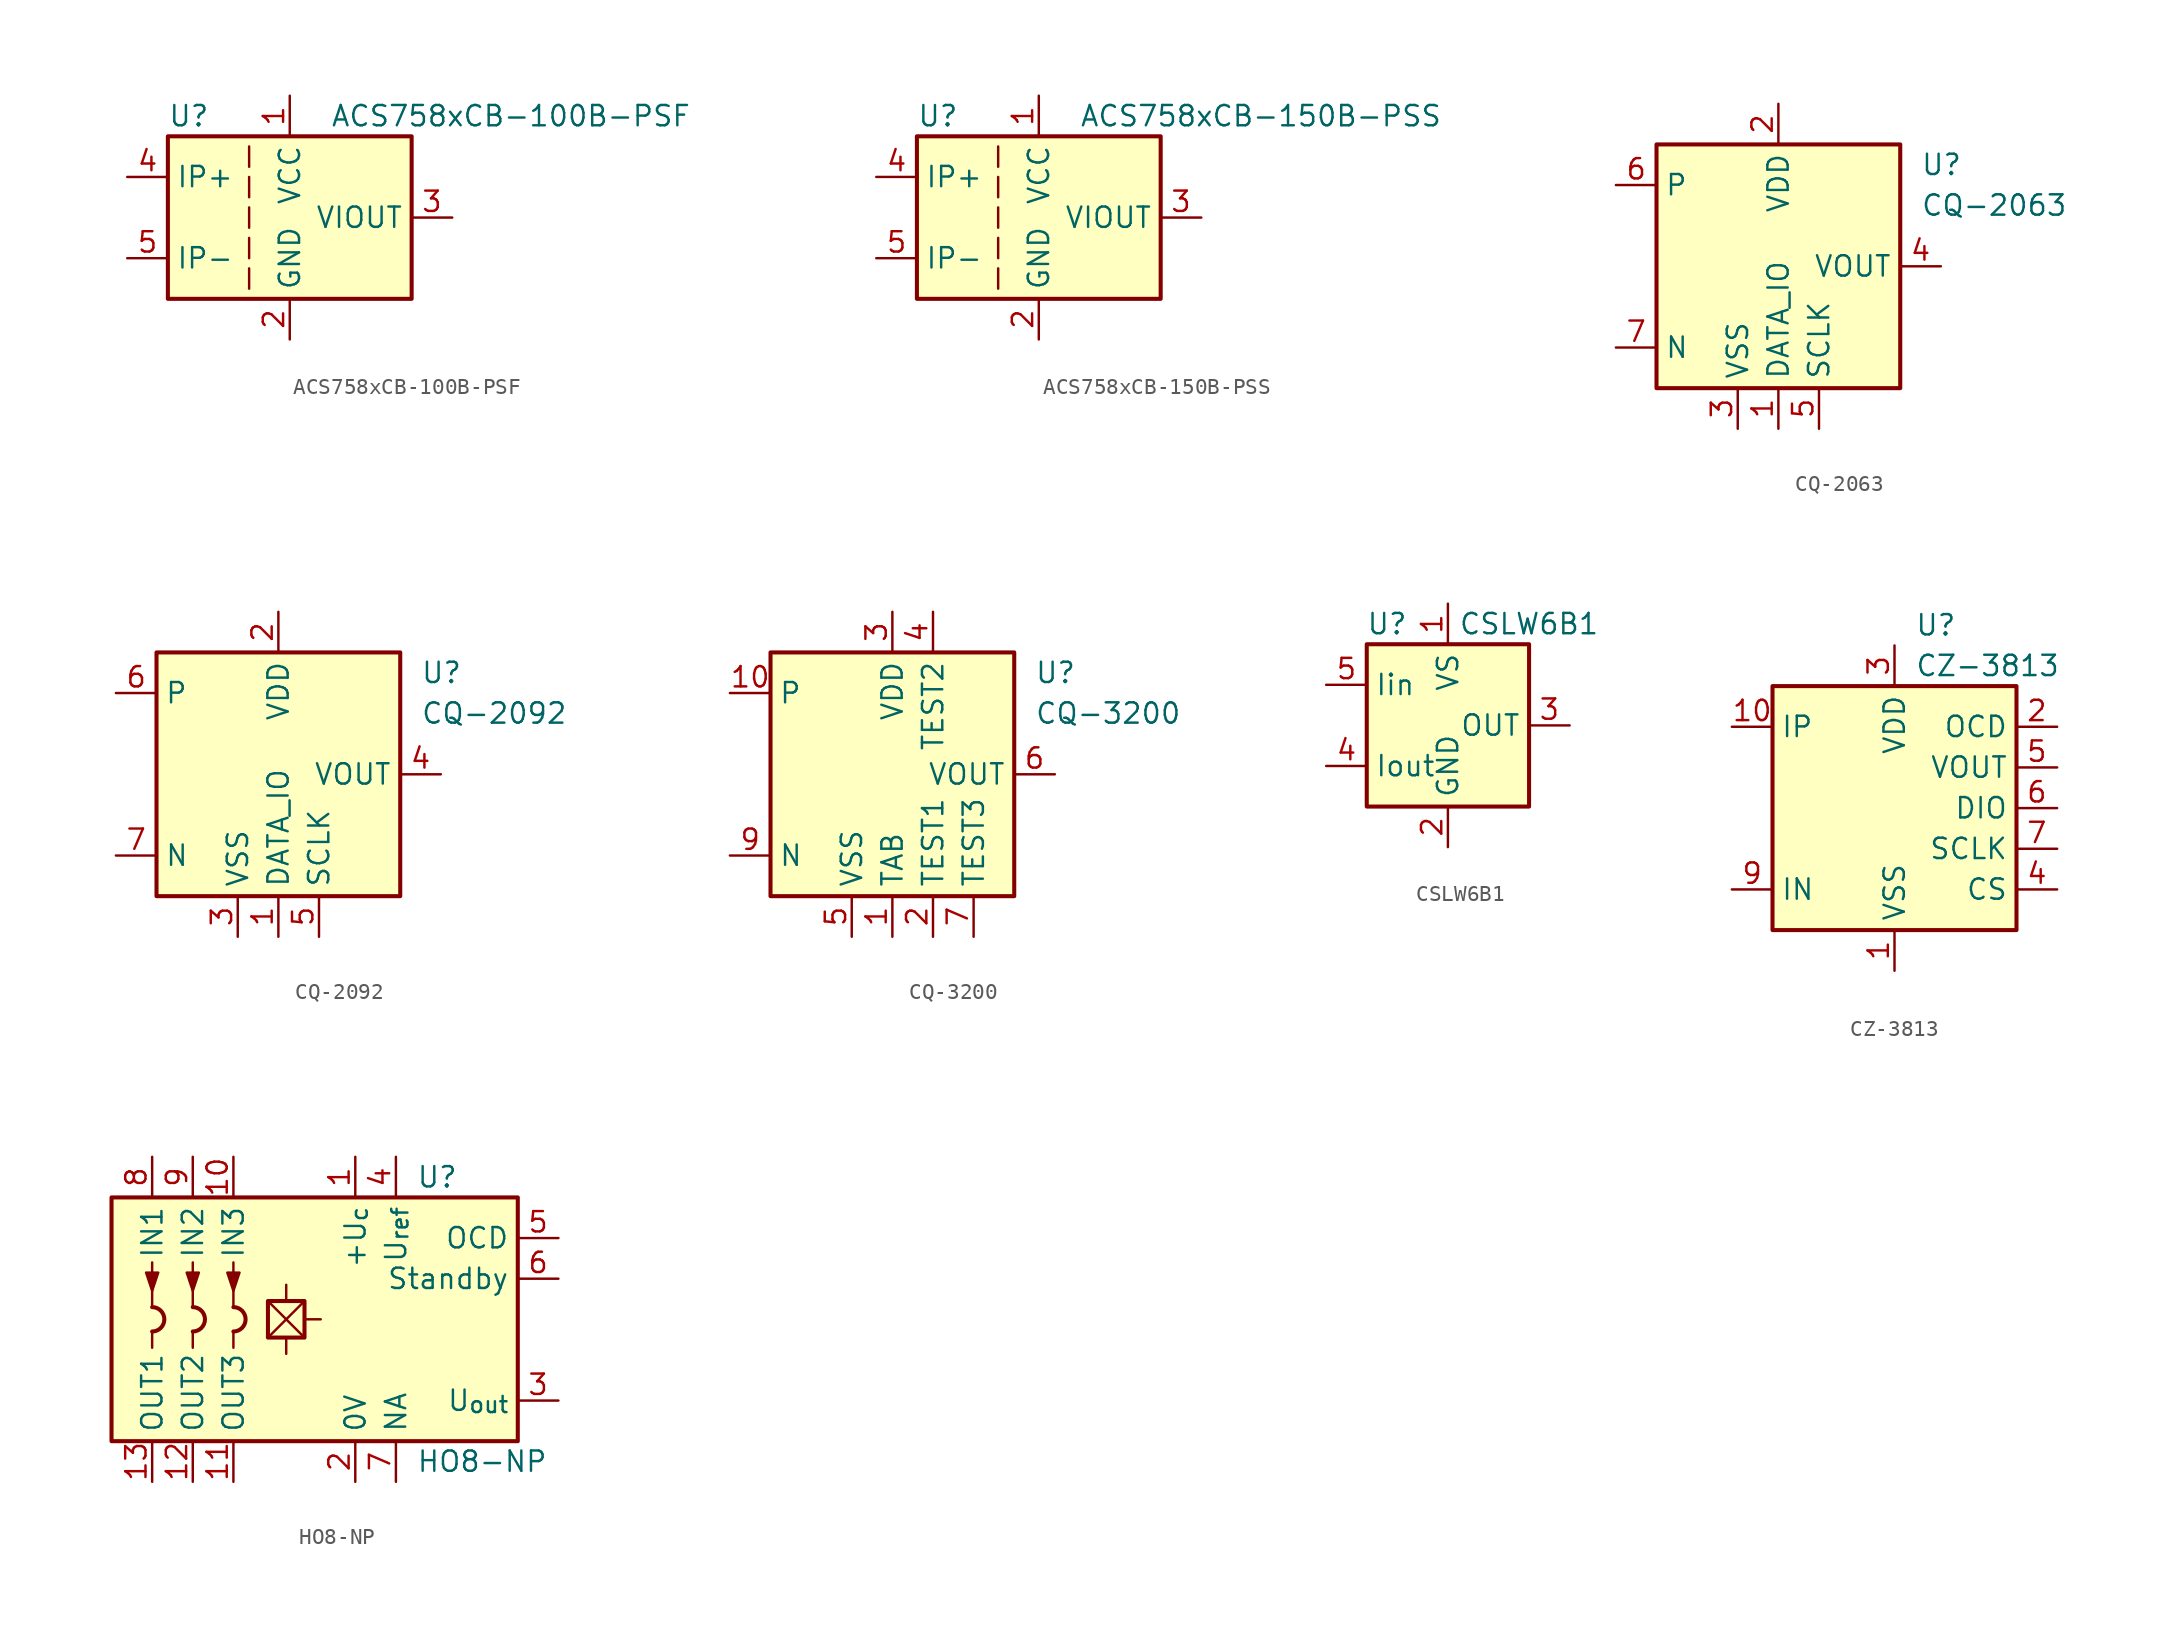
<source format=kicad_sym>
(kicad_symbol_lib
  (version 20241209)
  (generator "kicad_symbol_editor")
  (generator_version "9.0")
  (symbol "ACS758xCB-100B-PSF"
    (property "Reference" "U"
      (at -7.62 6.35 0)
      (effects (font (size 1.27 1.27)) (justify left)))
    (property "Value" "ACS758xCB-100B-PSF"
      (at 2.54 6.35 0)
      (effects (font (size 1.27 1.27)) (justify left)))
    (symbol "ACS758xCB-100B-PSF_0_1"
      (rectangle (start -7.62 5.08) (end 7.62 -5.08) (stroke (width 0.254) (type default)) (fill (type background)))
      (polyline (pts (xy -2.54 3.175) (xy -2.54 4.445)) (stroke (width 0) (type default)) (fill (type none)))
      (polyline (pts (xy -2.54 1.27) (xy -2.54 2.54)) (stroke (width 0) (type default)) (fill (type none)))
      (polyline (pts (xy -2.54 0.635) (xy -2.54 -0.635)) (stroke (width 0) (type default)) (fill (type none)))
      (polyline (pts (xy -2.54 -1.27) (xy -2.54 -2.54)) (stroke (width 0) (type default)) (fill (type none)))
      (polyline (pts (xy -2.54 -3.175) (xy -2.54 -4.445)) (stroke (width 0) (type default)) (fill (type none))))
    (symbol "ACS758xCB-100B-PSF_1_1"
      (pin passive line (at -10.16 2.54 0) (length 2.54) (name "IP+" (effects (font (size 1.27 1.27)))) (number "4" (effects (font (size 1.27 1.27)))))
      (pin passive line (at -10.16 -2.54 0) (length 2.54) (name "IP-" (effects (font (size 1.27 1.27)))) (number "5" (effects (font (size 1.27 1.27)))))
      (pin power_in line (at 0 7.62 270) (length 2.54) (name "VCC" (effects (font (size 1.27 1.27)))) (number "1" (effects (font (size 1.27 1.27)))))
      (pin power_in line (at 0 -7.62 90) (length 2.54) (name "GND" (effects (font (size 1.27 1.27)))) (number "2" (effects (font (size 1.27 1.27)))))
      (pin output line (at 10.16 0 180) (length 2.54) (name "VIOUT" (effects (font (size 1.27 1.27)))) (number "3" (effects (font (size 1.27 1.27)))))))
  (symbol "ACS758xCB-150B-PSS"
    (property "Reference" "U"
      (at -7.62 6.35 0)
      (effects (font (size 1.27 1.27)) (justify left)))
    (property "Value" "ACS758xCB-150B-PSS"
      (at 2.54 6.35 0)
      (effects (font (size 1.27 1.27)) (justify left)))
    (symbol "ACS758xCB-150B-PSS_0_1"
      (rectangle (start -7.62 5.08) (end 7.62 -5.08) (stroke (width 0.254) (type default)) (fill (type background)))
      (polyline (pts (xy -2.54 3.175) (xy -2.54 4.445)) (stroke (width 0) (type default)) (fill (type none)))
      (polyline (pts (xy -2.54 1.27) (xy -2.54 2.54)) (stroke (width 0) (type default)) (fill (type none)))
      (polyline (pts (xy -2.54 0.635) (xy -2.54 -0.635)) (stroke (width 0) (type default)) (fill (type none)))
      (polyline (pts (xy -2.54 -1.27) (xy -2.54 -2.54)) (stroke (width 0) (type default)) (fill (type none)))
      (polyline (pts (xy -2.54 -3.175) (xy -2.54 -4.445)) (stroke (width 0) (type default)) (fill (type none))))
    (symbol "ACS758xCB-150B-PSS_1_1"
      (pin passive line (at -10.16 2.54 0) (length 2.54) (name "IP+" (effects (font (size 1.27 1.27)))) (number "4" (effects (font (size 1.27 1.27)))))
      (pin passive line (at -10.16 -2.54 0) (length 2.54) (name "IP-" (effects (font (size 1.27 1.27)))) (number "5" (effects (font (size 1.27 1.27)))))
      (pin power_in line (at 0 7.62 270) (length 2.54) (name "VCC" (effects (font (size 1.27 1.27)))) (number "1" (effects (font (size 1.27 1.27)))))
      (pin power_in line (at 0 -7.62 90) (length 2.54) (name "GND" (effects (font (size 1.27 1.27)))) (number "2" (effects (font (size 1.27 1.27)))))
      (pin output line (at 10.16 0 180) (length 2.54) (name "VIOUT" (effects (font (size 1.27 1.27)))) (number "3" (effects (font (size 1.27 1.27)))))))
  (symbol "CQ-2063"
    (property "Reference" "U"
      (at 8.89 6.35 0)
      (effects (font (size 1.27 1.27)) (justify left)))
    (property "Value" "CQ-2063"
      (at 8.89 3.81 0)
      (effects (font (size 1.27 1.27)) (justify left)))
    (symbol "CQ-2063_0_1"
      (rectangle (start -7.62 7.62) (end 7.62 -7.62) (stroke (width 0.254) (type default)) (fill (type background))))
    (symbol "CQ-2063_1_1"
      (pin passive line (at -10.16 5.08 0) (length 2.54) (name "P" (effects (font (size 1.27 1.27)))) (number "6" (effects (font (size 1.27 1.27)))))
      (pin passive line (at -10.16 -5.08 0) (length 2.54) (name "N" (effects (font (size 1.27 1.27)))) (number "7" (effects (font (size 1.27 1.27)))))
      (pin power_in line (at -2.54 -10.16 90) (length 2.54) (name "VSS" (effects (font (size 1.27 1.27)))) (number "3" (effects (font (size 1.27 1.27)))))
      (pin power_in line (at 0 10.16 270) (length 2.54) (name "VDD" (effects (font (size 1.27 1.27)))) (number "2" (effects (font (size 1.27 1.27)))))
      (pin power_in line (at 0 -10.16 90) (length 2.54) (name "DATA_IO" (effects (font (size 1.27 1.27)))) (number "1" (effects (font (size 1.27 1.27)))))
      (pin power_in line (at 2.54 -10.16 90) (length 2.54) (name "SCLK" (effects (font (size 1.27 1.27)))) (number "5" (effects (font (size 1.27 1.27)))))
      (pin output line (at 10.16 0 180) (length 2.54) (name "VOUT" (effects (font (size 1.27 1.27)))) (number "4" (effects (font (size 1.27 1.27)))))))
  (symbol "CQ-2092"
    (property "Reference" "U"
      (at 8.89 6.35 0)
      (effects (font (size 1.27 1.27)) (justify left)))
    (property "Value" "CQ-2092"
      (at 8.89 3.81 0)
      (effects (font (size 1.27 1.27)) (justify left)))
    (symbol "CQ-2092_0_1"
      (rectangle (start -7.62 7.62) (end 7.62 -7.62) (stroke (width 0.254) (type default)) (fill (type background))))
    (symbol "CQ-2092_1_1"
      (pin passive line (at -10.16 5.08 0) (length 2.54) (name "P" (effects (font (size 1.27 1.27)))) (number "6" (effects (font (size 1.27 1.27)))))
      (pin passive line (at -10.16 -5.08 0) (length 2.54) (name "N" (effects (font (size 1.27 1.27)))) (number "7" (effects (font (size 1.27 1.27)))))
      (pin power_in line (at -2.54 -10.16 90) (length 2.54) (name "VSS" (effects (font (size 1.27 1.27)))) (number "3" (effects (font (size 1.27 1.27)))))
      (pin power_in line (at 0 10.16 270) (length 2.54) (name "VDD" (effects (font (size 1.27 1.27)))) (number "2" (effects (font (size 1.27 1.27)))))
      (pin power_in line (at 0 -10.16 90) (length 2.54) (name "DATA_IO" (effects (font (size 1.27 1.27)))) (number "1" (effects (font (size 1.27 1.27)))))
      (pin power_in line (at 2.54 -10.16 90) (length 2.54) (name "SCLK" (effects (font (size 1.27 1.27)))) (number "5" (effects (font (size 1.27 1.27)))))
      (pin output line (at 10.16 0 180) (length 2.54) (name "VOUT" (effects (font (size 1.27 1.27)))) (number "4" (effects (font (size 1.27 1.27)))))))
  (symbol "CQ-3200"
    (property "Reference" "U"
      (at 8.89 6.35 0)
      (effects (font (size 1.27 1.27)) (justify left)))
    (property "Value" "CQ-3200"
      (at 8.89 3.81 0)
      (effects (font (size 1.27 1.27)) (justify left)))
    (symbol "CQ-3200_0_1"
      (rectangle (start -7.62 7.62) (end 7.62 -7.62) (stroke (width 0.254) (type default)) (fill (type background))))
    (symbol "CQ-3200_1_1"
      (pin passive line (at -10.16 5.08 0) (length 2.54) (name "P" (effects (font (size 1.27 1.27)))) (number "10" (effects (font (size 1.27 1.27)))))
      (pin passive line (at -10.16 -5.08 0) (length 2.54) (name "N" (effects (font (size 1.27 1.27)))) (number "9" (effects (font (size 1.27 1.27)))))
      (pin power_in line (at -2.54 -10.16 90) (length 2.54) (name "VSS" (effects (font (size 1.27 1.27)))) (number "5" (effects (font (size 1.27 1.27)))))
      (pin power_in line (at 0 10.16 270) (length 2.54) (name "VDD" (effects (font (size 1.27 1.27)))) (number "3" (effects (font (size 1.27 1.27)))))
      (pin power_in line (at 0 -10.16 90) (length 2.54) (name "TAB" (effects (font (size 1.27 1.27)))) (number "1" (effects (font (size 1.27 1.27)))))
      (pin passive line (at 0 -10.16 90) (length 2.54) (hide yes) (name "TAB" (effects (font (size 1.27 1.27)))) (number "8" (effects (font (size 1.27 1.27)))))
      (pin power_in line (at 2.54 10.16 270) (length 2.54) (name "TEST2" (effects (font (size 1.27 1.27)))) (number "4" (effects (font (size 1.27 1.27)))))
      (pin power_in line (at 2.54 -10.16 90) (length 2.54) (name "TEST1" (effects (font (size 1.27 1.27)))) (number "2" (effects (font (size 1.27 1.27)))))
      (pin power_in line (at 5.08 -10.16 90) (length 2.54) (name "TEST3" (effects (font (size 1.27 1.27)))) (number "7" (effects (font (size 1.27 1.27)))))
      (pin output line (at 10.16 0 180) (length 2.54) (name "VOUT" (effects (font (size 1.27 1.27)))) (number "6" (effects (font (size 1.27 1.27)))))))
  (symbol "CSLW6B1"
    (property "Reference" "U"
      (at -3.81 6.35 0)
      (effects (font (size 1.27 1.27))))
    (property "Value" "CSLW6B1"
      (at 5.08 6.35 0)
      (effects (font (size 1.27 1.27))))
    (symbol "CSLW6B1_0_1"
      (rectangle (start -5.08 5.08) (end 5.08 -5.08) (stroke (width 0.254) (type default)) (fill (type background))))
    (symbol "CSLW6B1_1_1"
      (pin passive line (at -7.62 2.54 0) (length 2.54) (name "Iin" (effects (font (size 1.27 1.27)))) (number "5" (effects (font (size 1.27 1.27)))))
      (pin passive line (at -7.62 -2.54 0) (length 2.54) (name "Iout" (effects (font (size 1.27 1.27)))) (number "4" (effects (font (size 1.27 1.27)))))
      (pin power_in line (at 0 7.62 270) (length 2.54) (name "VS" (effects (font (size 1.27 1.27)))) (number "1" (effects (font (size 1.27 1.27)))))
      (pin power_in line (at 0 -7.62 90) (length 2.54) (name "GND" (effects (font (size 1.27 1.27)))) (number "2" (effects (font (size 1.27 1.27)))))
      (pin output line (at 7.62 0 180) (length 2.54) (name "OUT" (effects (font (size 1.27 1.27)))) (number "3" (effects (font (size 1.27 1.27)))))))
  (symbol "CZ-3813"
    (property "Reference" "U"
      (at 1.27 11.43 0)
      (effects (font (size 1.27 1.27)) (justify left)))
    (property "Value" "CZ-3813"
      (at 1.27 8.89 0)
      (effects (font (size 1.27 1.27)) (justify left)))
    (symbol "CZ-3813_0_1"
      (rectangle (start -7.62 7.62) (end 7.62 -7.62) (stroke (width 0.254) (type default)) (fill (type background))))
    (symbol "CZ-3813_1_1"
      (pin passive line (at -10.16 5.08 0) (length 2.54) (name "IP" (effects (font (size 1.27 1.27)))) (number "10" (effects (font (size 1.27 1.27)))))
      (pin passive line (at -10.16 -5.08 0) (length 2.54) (name "IN" (effects (font (size 1.27 1.27)))) (number "9" (effects (font (size 1.27 1.27)))))
      (pin power_in line (at 0 10.16 270) (length 2.54) (name "VDD" (effects (font (size 1.27 1.27)))) (number "3" (effects (font (size 1.27 1.27)))))
      (pin power_in line (at 0 -10.16 90) (length 2.54) (name "VSS" (effects (font (size 1.27 1.27)))) (number "1" (effects (font (size 1.27 1.27)))))
      (pin passive line (at 0 -10.16 90) (length 2.54) (hide yes) (name "VSS" (effects (font (size 1.27 1.27)))) (number "8" (effects (font (size 1.27 1.27)))))
      (pin output line (at 10.16 5.08 180) (length 2.54) (name "OCD" (effects (font (size 1.27 1.27)))) (number "2" (effects (font (size 1.27 1.27)))))
      (pin output line (at 10.16 2.54 180) (length 2.54) (name "VOUT" (effects (font (size 1.27 1.27)))) (number "5" (effects (font (size 1.27 1.27)))))
      (pin bidirectional line (at 10.16 0 180) (length 2.54) (name "DIO" (effects (font (size 1.27 1.27)))) (number "6" (effects (font (size 1.27 1.27)))))
      (pin input line (at 10.16 -2.54 180) (length 2.54) (name "SCLK" (effects (font (size 1.27 1.27)))) (number "7" (effects (font (size 1.27 1.27)))))
      (pin input line (at 10.16 -5.08 180) (length 2.54) (name "CS" (effects (font (size 1.27 1.27)))) (number "4" (effects (font (size 1.27 1.27)))))))
  (symbol "HO8-NP"
    (property "Reference" "U"
      (at 6.35 8.89 0)
      (effects (font (size 1.27 1.27)) (justify left)))
    (property "Value" "HO8-NP"
      (at 6.35 -8.89 0)
      (effects (font (size 1.27 1.27)) (justify left)))
    (symbol "HO8-NP_0_1"
      (rectangle (start -12.7 7.62) (end 12.7 -7.62) (stroke (width 0.254) (type default)) (fill (type background)))
      (polyline (pts (xy -10.16 1.778) (xy -9.779 2.921) (xy -10.541 2.921) (xy -10.16 1.778)) (stroke (width 0) (type default)) (fill (type outline)))
      (polyline (pts (xy -10.16 0.762) (xy -10.16 3.556)) (stroke (width 0) (type default)) (fill (type none)))
      (arc (start -10.16 0.762) (mid -9.398 0) (end -10.16 -0.762) (stroke (width 0.254) (type default)) (fill (type none)))
      (polyline (pts (xy -10.16 -0.762) (xy -10.16 -1.778)) (stroke (width 0) (type default)) (fill (type none)))
      (polyline (pts (xy -7.62 1.778) (xy -7.239 2.921) (xy -8.001 2.921) (xy -7.62 1.778)) (stroke (width 0) (type default)) (fill (type outline)))
      (polyline (pts (xy -7.62 0.762) (xy -7.62 3.556)) (stroke (width 0) (type default)) (fill (type none)))
      (arc (start -7.62 0.762) (mid -6.858 0) (end -7.62 -0.762) (stroke (width 0.254) (type default)) (fill (type none)))
      (polyline (pts (xy -7.62 -0.762) (xy -7.62 -1.778)) (stroke (width 0) (type default)) (fill (type none)))
      (polyline (pts (xy -5.08 1.778) (xy -4.699 2.921) (xy -5.461 2.921) (xy -5.08 1.778)) (stroke (width 0) (type default)) (fill (type outline)))
      (polyline (pts (xy -5.08 0.762) (xy -5.08 3.556)) (stroke (width 0) (type default)) (fill (type none)))
      (arc (start -5.08 0.762) (mid -4.318 0) (end -5.08 -0.762) (stroke (width 0.254) (type default)) (fill (type none)))
      (polyline (pts (xy -5.08 -0.762) (xy -5.08 -1.778)) (stroke (width 0) (type default)) (fill (type none)))
      (rectangle (start -2.921 1.143) (end -0.635 -1.143) (stroke (width 0.254) (type default)) (fill (type none)))
      (polyline (pts (xy -2.921 1.143) (xy -0.635 -1.143)) (stroke (width 0) (type default)) (fill (type none)))
      (polyline (pts (xy -1.778 1.143) (xy -1.778 2.159)) (stroke (width 0) (type default)) (fill (type none)))
      (polyline (pts (xy -1.778 -2.159) (xy -1.778 -1.143)) (stroke (width 0) (type default)) (fill (type none)))
      (polyline (pts (xy -0.635 1.143) (xy -2.921 -1.143)) (stroke (width 0) (type default)) (fill (type none)))
      (polyline (pts (xy 0.381 0) (xy -0.635 0)) (stroke (width 0) (type default)) (fill (type none))))
    (symbol "HO8-NP_1_1"
      (pin passive line (at -10.16 10.16 270) (length 2.54) (name "IN1" (effects (font (size 1.27 1.27)))) (number "8" (effects (font (size 1.27 1.27)))))
      (pin passive line (at -10.16 -10.16 90) (length 2.54) (name "OUT1" (effects (font (size 1.27 1.27)))) (number "13" (effects (font (size 1.27 1.27)))))
      (pin passive line (at -7.62 10.16 270) (length 2.54) (name "IN2" (effects (font (size 1.27 1.27)))) (number "9" (effects (font (size 1.27 1.27)))))
      (pin passive line (at -7.62 -10.16 90) (length 2.54) (name "OUT2" (effects (font (size 1.27 1.27)))) (number "12" (effects (font (size 1.27 1.27)))))
      (pin passive line (at -5.08 10.16 270) (length 2.54) (name "IN3" (effects (font (size 1.27 1.27)))) (number "10" (effects (font (size 1.27 1.27)))))
      (pin passive line (at -5.08 -10.16 90) (length 2.54) (name "OUT3" (effects (font (size 1.27 1.27)))) (number "11" (effects (font (size 1.27 1.27)))))
      (pin power_in line (at 2.54 10.16 270) (length 2.54) (name "+U_{c}" (effects (font (size 1.27 1.27)))) (number "1" (effects (font (size 1.27 1.27)))))
      (pin power_in line (at 2.54 -10.16 90) (length 2.54) (name "0V" (effects (font (size 1.27 1.27)))) (number "2" (effects (font (size 1.27 1.27)))))
      (pin bidirectional line (at 5.08 10.16 270) (length 2.54) (name "U_{ref}" (effects (font (size 1.27 1.27)))) (number "4" (effects (font (size 1.27 1.27)))))
      (pin passive line (at 5.08 -10.16 90) (length 2.54) (name "NA" (effects (font (size 1.27 1.27)))) (number "7" (effects (font (size 1.27 1.27)))))
      (pin open_collector line (at 15.24 5.08 180) (length 2.54) (name "OCD" (effects (font (size 1.27 1.27)))) (number "5" (effects (font (size 1.27 1.27)))))
      (pin input line (at 15.24 2.54 180) (length 2.54) (name "Standby" (effects (font (size 1.27 1.27)))) (number "6" (effects (font (size 1.27 1.27)))))
      (pin output line (at 15.24 -5.08 180) (length 2.54) (name "U_{out}" (effects (font (size 1.27 1.27)))) (number "3" (effects (font (size 1.27 1.27))))))))
</source>
